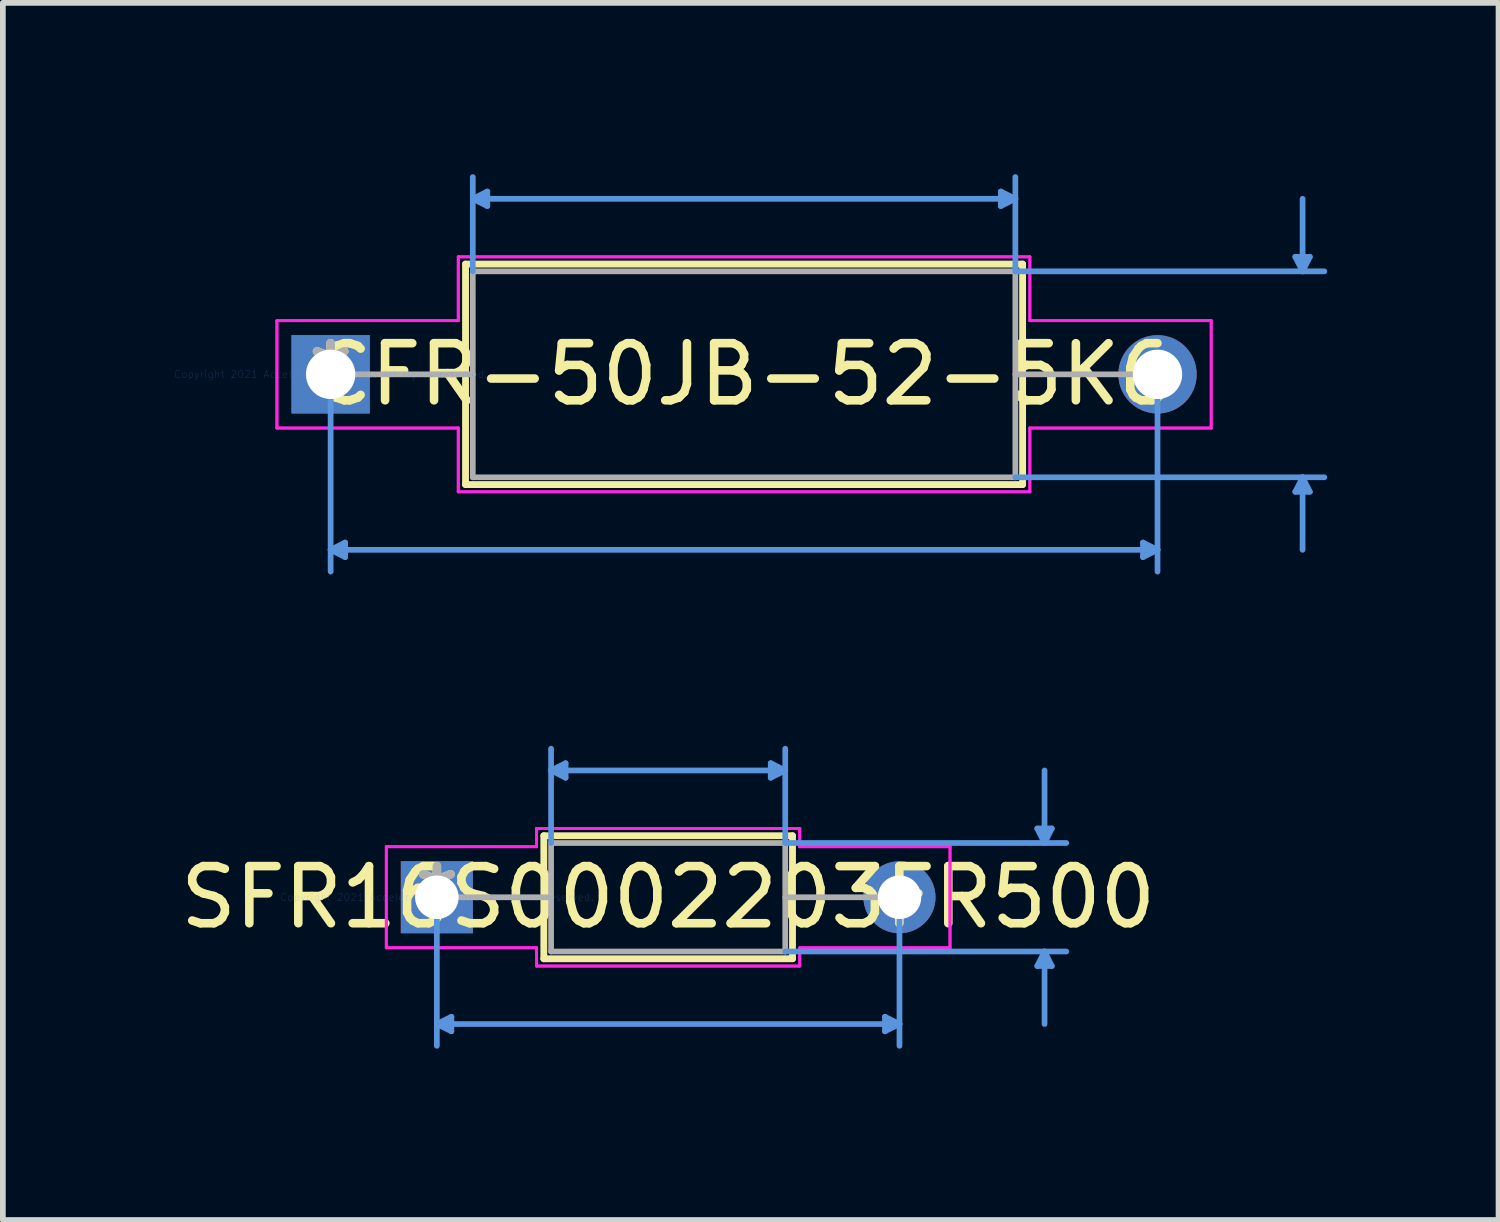
<source format=kicad_pcb>
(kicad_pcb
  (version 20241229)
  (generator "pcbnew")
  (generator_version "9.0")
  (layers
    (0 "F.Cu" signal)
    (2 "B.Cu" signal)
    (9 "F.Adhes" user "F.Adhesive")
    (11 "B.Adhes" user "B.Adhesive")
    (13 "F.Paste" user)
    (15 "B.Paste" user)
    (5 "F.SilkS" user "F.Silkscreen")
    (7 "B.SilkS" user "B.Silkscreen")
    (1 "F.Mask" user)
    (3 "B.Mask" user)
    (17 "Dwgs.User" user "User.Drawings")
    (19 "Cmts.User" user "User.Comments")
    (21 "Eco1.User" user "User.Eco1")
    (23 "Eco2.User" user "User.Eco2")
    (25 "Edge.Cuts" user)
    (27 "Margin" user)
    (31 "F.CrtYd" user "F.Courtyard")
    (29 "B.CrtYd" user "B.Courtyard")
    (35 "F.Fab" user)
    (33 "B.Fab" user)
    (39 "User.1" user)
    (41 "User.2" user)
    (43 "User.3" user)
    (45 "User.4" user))
  (footprint "CFR-50JB-52-5K6"
    (layer "F.Cu")
    (at 2.739 3.504)
    (property "Reference" "CFR-50JB-52-5K6" (at 7.239 0 0) (layer "F.SilkS") (effects (font (size 1 1) (thickness 0.15))))
    (attr through_hole)
    (fp_line (start 2.362 -1.93) (end 2.362 1.93) (stroke (width 0.12) (type solid)) (layer "F.SilkS"))
    (fp_line (start 2.362 1.93) (end 12.116 1.93) (stroke (width 0.12) (type solid)) (layer "F.SilkS"))
    (fp_line (start 12.116 -1.93) (end 2.362 -1.93) (stroke (width 0.12) (type solid)) (layer "F.SilkS"))
    (fp_line (start 12.116 1.93) (end 12.116 -1.93) (stroke (width 0.12) (type solid)) (layer "F.SilkS"))
    (fp_line (start 0 0) (end 0 3.454) (stroke (width 0.1) (type solid)) (layer "Cmts.User"))
    (fp_line (start 0 3.073) (end 0.254 2.946) (stroke (width 0.1) (type solid)) (layer "Cmts.User"))
    (fp_line (start 0 3.073) (end 0.254 3.2) (stroke (width 0.1) (type solid)) (layer "Cmts.User"))
    (fp_line (start 0 3.073) (end 14.478 3.073) (stroke (width 0.1) (type solid)) (layer "Cmts.User"))
    (fp_line (start 0.254 2.946) (end 0.254 3.2) (stroke (width 0.1) (type solid)) (layer "Cmts.User"))
    (fp_line (start 2.489 -3.073) (end 2.743 -3.2) (stroke (width 0.1) (type solid)) (layer "Cmts.User"))
    (fp_line (start 2.489 -3.073) (end 2.743 -2.946) (stroke (width 0.1) (type solid)) (layer "Cmts.User"))
    (fp_line (start 2.489 -3.073) (end 11.989 -3.073) (stroke (width 0.1) (type solid)) (layer "Cmts.User"))
    (fp_line (start 2.489 -1.803) (end 2.489 -3.454) (stroke (width 0.1) (type solid)) (layer "Cmts.User"))
    (fp_line (start 2.743 -3.2) (end 2.743 -2.946) (stroke (width 0.1) (type solid)) (layer "Cmts.User"))
    (fp_line (start 11.735 -3.2) (end 11.735 -2.946) (stroke (width 0.1) (type solid)) (layer "Cmts.User"))
    (fp_line (start 11.989 -3.073) (end 11.735 -3.2) (stroke (width 0.1) (type solid)) (layer "Cmts.User"))
    (fp_line (start 11.989 -3.073) (end 11.735 -2.946) (stroke (width 0.1) (type solid)) (layer "Cmts.User"))
    (fp_line (start 11.989 -1.803) (end 11.989 -3.454) (stroke (width 0.1) (type solid)) (layer "Cmts.User"))
    (fp_line (start 11.989 -1.803) (end 17.399 -1.803) (stroke (width 0.1) (type solid)) (layer "Cmts.User"))
    (fp_line (start 11.989 1.803) (end 17.399 1.803) (stroke (width 0.1) (type solid)) (layer "Cmts.User"))
    (fp_line (start 14.224 2.946) (end 14.224 3.2) (stroke (width 0.1) (type solid)) (layer "Cmts.User"))
    (fp_line (start 14.478 0) (end 14.478 3.454) (stroke (width 0.1) (type solid)) (layer "Cmts.User"))
    (fp_line (start 14.478 3.073) (end 14.224 2.946) (stroke (width 0.1) (type solid)) (layer "Cmts.User"))
    (fp_line (start 14.478 3.073) (end 14.224 3.2) (stroke (width 0.1) (type solid)) (layer "Cmts.User"))
    (fp_line (start 16.891 -2.057) (end 17.145 -2.057) (stroke (width 0.1) (type solid)) (layer "Cmts.User"))
    (fp_line (start 16.891 2.057) (end 17.145 2.057) (stroke (width 0.1) (type solid)) (layer "Cmts.User"))
    (fp_line (start 17.018 -1.803) (end 16.891 -2.057) (stroke (width 0.1) (type solid)) (layer "Cmts.User"))
    (fp_line (start 17.018 -1.803) (end 17.018 -3.073) (stroke (width 0.1) (type solid)) (layer "Cmts.User"))
    (fp_line (start 17.018 -1.803) (end 17.145 -2.057) (stroke (width 0.1) (type solid)) (layer "Cmts.User"))
    (fp_line (start 17.018 1.803) (end 16.891 2.057) (stroke (width 0.1) (type solid)) (layer "Cmts.User"))
    (fp_line (start 17.018 1.803) (end 17.018 3.073) (stroke (width 0.1) (type solid)) (layer "Cmts.User"))
    (fp_line (start 17.018 1.803) (end 17.145 2.057) (stroke (width 0.1) (type solid)) (layer "Cmts.User"))
    (fp_line (start -0.94 -0.94) (end 2.235 -0.94) (stroke (width 0.05) (type solid)) (layer "F.CrtYd"))
    (fp_line (start -0.94 -0.94) (end 2.235 -0.94) (stroke (width 0.05) (type solid)) (layer "F.CrtYd"))
    (fp_line (start -0.94 0.94) (end -0.94 -0.94) (stroke (width 0.05) (type solid)) (layer "F.CrtYd"))
    (fp_line (start -0.94 0.94) (end -0.94 -0.94) (stroke (width 0.05) (type solid)) (layer "F.CrtYd"))
    (fp_line (start 2.235 -2.057) (end 12.243 -2.057) (stroke (width 0.05) (type solid)) (layer "F.CrtYd"))
    (fp_line (start 2.235 -2.057) (end 12.243 -2.057) (stroke (width 0.05) (type solid)) (layer "F.CrtYd"))
    (fp_line (start 2.235 -0.94) (end 2.235 -2.057) (stroke (width 0.05) (type solid)) (layer "F.CrtYd"))
    (fp_line (start 2.235 -0.94) (end 2.235 -2.057) (stroke (width 0.05) (type solid)) (layer "F.CrtYd"))
    (fp_line (start 2.235 0.94) (end -0.94 0.94) (stroke (width 0.05) (type solid)) (layer "F.CrtYd"))
    (fp_line (start 2.235 0.94) (end -0.94 0.94) (stroke (width 0.05) (type solid)) (layer "F.CrtYd"))
    (fp_line (start 2.235 2.057) (end 2.235 0.94) (stroke (width 0.05) (type solid)) (layer "F.CrtYd"))
    (fp_line (start 2.235 2.057) (end 2.235 0.94) (stroke (width 0.05) (type solid)) (layer "F.CrtYd"))
    (fp_line (start 12.243 -2.057) (end 12.243 -0.94) (stroke (width 0.05) (type solid)) (layer "F.CrtYd"))
    (fp_line (start 12.243 -2.057) (end 12.243 -0.94) (stroke (width 0.05) (type solid)) (layer "F.CrtYd"))
    (fp_line (start 12.243 -0.94) (end 15.418 -0.94) (stroke (width 0.05) (type solid)) (layer "F.CrtYd"))
    (fp_line (start 12.243 -0.94) (end 15.418 -0.94) (stroke (width 0.05) (type solid)) (layer "F.CrtYd"))
    (fp_line (start 12.243 0.94) (end 12.243 2.057) (stroke (width 0.05) (type solid)) (layer "F.CrtYd"))
    (fp_line (start 12.243 0.94) (end 12.243 2.057) (stroke (width 0.05) (type solid)) (layer "F.CrtYd"))
    (fp_line (start 12.243 2.057) (end 2.235 2.057) (stroke (width 0.05) (type solid)) (layer "F.CrtYd"))
    (fp_line (start 12.243 2.057) (end 2.235 2.057) (stroke (width 0.05) (type solid)) (layer "F.CrtYd"))
    (fp_line (start 15.418 -0.94) (end 15.418 0.94) (stroke (width 0.05) (type solid)) (layer "F.CrtYd"))
    (fp_line (start 15.418 -0.94) (end 15.418 0.94) (stroke (width 0.05) (type solid)) (layer "F.CrtYd"))
    (fp_line (start 15.418 0.94) (end 12.243 0.94) (stroke (width 0.05) (type solid)) (layer "F.CrtYd"))
    (fp_line (start 15.418 0.94) (end 12.243 0.94) (stroke (width 0.05) (type solid)) (layer "F.CrtYd"))
    (fp_line (start 0 0) (end 2.489 0) (stroke (width 0.1) (type solid)) (layer "F.Fab"))
    (fp_line (start 2.489 -1.803) (end 2.489 1.803) (stroke (width 0.1) (type solid)) (layer "F.Fab"))
    (fp_line (start 2.489 1.803) (end 11.989 1.803) (stroke (width 0.1) (type solid)) (layer "F.Fab"))
    (fp_line (start 11.989 -1.803) (end 2.489 -1.803) (stroke (width 0.1) (type solid)) (layer "F.Fab"))
    (fp_line (start 11.989 1.803) (end 11.989 -1.803) (stroke (width 0.1) (type solid)) (layer "F.Fab"))
    (fp_line (start 14.478 0) (end 11.989 0) (stroke (width 0.1) (type solid)) (layer "F.Fab"))
    (fp_text user "*" (at 0 0 0) (layer "F.SilkS") (effects (font (size 1 1) (thickness 0.15))))
    (fp_text user "Copyright 2021 Accelerated Designs. All rights reserved." (at 0 0 0) (layer "Cmts.User") (effects (font (size 0.127 0.127) (thickness 0.002))))
    (fp_text user "*" (at 0 0 0) (layer "F.Fab") (effects (font (size 1 1) (thickness 0.15))))
    (pad "1" thru_hole rect (at 0 0) (size 1.372 1.372) (drill 0.864) (layers "*.Cu" "*.Mask"))
    (pad "2" thru_hole circle (at 14.478 0) (size 1.372 1.372) (drill 0.864) (layers "*.Cu" "*.Mask")))
  (footprint "SFR16S0002203FR500"
    (layer "F.Cu")
    (at 4.599 12.66)
    (property "Reference" "SFR16S0002203FR500" (at 4.05 0 0) (layer "F.SilkS") (effects (font (size 1 1) (thickness 0.15))))
    (attr through_hole)
    (fp_line (start 1.873 -1.077) (end 1.873 1.077) (stroke (width 0.12) (type solid)) (layer "F.SilkS"))
    (fp_line (start 1.873 1.077) (end 6.227 1.077) (stroke (width 0.12) (type solid)) (layer "F.SilkS"))
    (fp_line (start 6.227 -1.077) (end 1.873 -1.077) (stroke (width 0.12) (type solid)) (layer "F.SilkS"))
    (fp_line (start 6.227 1.077) (end 6.227 -1.077) (stroke (width 0.12) (type solid)) (layer "F.SilkS"))
    (fp_line (start 0 0) (end 0 2.601) (stroke (width 0.1) (type solid)) (layer "Cmts.User"))
    (fp_line (start 0 2.22) (end 0.254 2.093) (stroke (width 0.1) (type solid)) (layer "Cmts.User"))
    (fp_line (start 0 2.22) (end 0.254 2.347) (stroke (width 0.1) (type solid)) (layer "Cmts.User"))
    (fp_line (start 0 2.22) (end 8.1 2.22) (stroke (width 0.1) (type solid)) (layer "Cmts.User"))
    (fp_line (start 0.254 2.093) (end 0.254 2.347) (stroke (width 0.1) (type solid)) (layer "Cmts.User"))
    (fp_line (start 2 -2.22) (end 2.254 -2.347) (stroke (width 0.1) (type solid)) (layer "Cmts.User"))
    (fp_line (start 2 -2.22) (end 2.254 -2.093) (stroke (width 0.1) (type solid)) (layer "Cmts.User"))
    (fp_line (start 2 -2.22) (end 6.1 -2.22) (stroke (width 0.1) (type solid)) (layer "Cmts.User"))
    (fp_line (start 2 -0.95) (end 2 -2.601) (stroke (width 0.1) (type solid)) (layer "Cmts.User"))
    (fp_line (start 2.254 -2.347) (end 2.254 -2.093) (stroke (width 0.1) (type solid)) (layer "Cmts.User"))
    (fp_line (start 5.846 -2.347) (end 5.846 -2.093) (stroke (width 0.1) (type solid)) (layer "Cmts.User"))
    (fp_line (start 6.1 -2.22) (end 5.846 -2.347) (stroke (width 0.1) (type solid)) (layer "Cmts.User"))
    (fp_line (start 6.1 -2.22) (end 5.846 -2.093) (stroke (width 0.1) (type solid)) (layer "Cmts.User"))
    (fp_line (start 6.1 -0.95) (end 6.1 -2.601) (stroke (width 0.1) (type solid)) (layer "Cmts.User"))
    (fp_line (start 6.1 -0.95) (end 11.021 -0.95) (stroke (width 0.1) (type solid)) (layer "Cmts.User"))
    (fp_line (start 6.1 0.95) (end 11.021 0.95) (stroke (width 0.1) (type solid)) (layer "Cmts.User"))
    (fp_line (start 7.846 2.093) (end 7.846 2.347) (stroke (width 0.1) (type solid)) (layer "Cmts.User"))
    (fp_line (start 8.1 0) (end 8.1 2.601) (stroke (width 0.1) (type solid)) (layer "Cmts.User"))
    (fp_line (start 8.1 2.22) (end 7.846 2.093) (stroke (width 0.1) (type solid)) (layer "Cmts.User"))
    (fp_line (start 8.1 2.22) (end 7.846 2.347) (stroke (width 0.1) (type solid)) (layer "Cmts.User"))
    (fp_line (start 10.513 -1.204) (end 10.767 -1.204) (stroke (width 0.1) (type solid)) (layer "Cmts.User"))
    (fp_line (start 10.513 1.204) (end 10.767 1.204) (stroke (width 0.1) (type solid)) (layer "Cmts.User"))
    (fp_line (start 10.64 -0.95) (end 10.513 -1.204) (stroke (width 0.1) (type solid)) (layer "Cmts.User"))
    (fp_line (start 10.64 -0.95) (end 10.64 -2.22) (stroke (width 0.1) (type solid)) (layer "Cmts.User"))
    (fp_line (start 10.64 -0.95) (end 10.767 -1.204) (stroke (width 0.1) (type solid)) (layer "Cmts.User"))
    (fp_line (start 10.64 0.95) (end 10.513 1.204) (stroke (width 0.1) (type solid)) (layer "Cmts.User"))
    (fp_line (start 10.64 0.95) (end 10.64 2.22) (stroke (width 0.1) (type solid)) (layer "Cmts.User"))
    (fp_line (start 10.64 0.95) (end 10.767 1.204) (stroke (width 0.1) (type solid)) (layer "Cmts.User"))
    (fp_line (start -0.885 -0.885) (end 1.746 -0.885) (stroke (width 0.05) (type solid)) (layer "F.CrtYd"))
    (fp_line (start -0.885 -0.885) (end 1.746 -0.885) (stroke (width 0.05) (type solid)) (layer "F.CrtYd"))
    (fp_line (start -0.885 0.885) (end -0.885 -0.885) (stroke (width 0.05) (type solid)) (layer "F.CrtYd"))
    (fp_line (start -0.885 0.885) (end -0.885 -0.885) (stroke (width 0.05) (type solid)) (layer "F.CrtYd"))
    (fp_line (start 1.746 -1.204) (end 6.354 -1.204) (stroke (width 0.05) (type solid)) (layer "F.CrtYd"))
    (fp_line (start 1.746 -1.204) (end 6.354 -1.204) (stroke (width 0.05) (type solid)) (layer "F.CrtYd"))
    (fp_line (start 1.746 -0.885) (end 1.746 -1.204) (stroke (width 0.05) (type solid)) (layer "F.CrtYd"))
    (fp_line (start 1.746 -0.885) (end 1.746 -1.204) (stroke (width 0.05) (type solid)) (layer "F.CrtYd"))
    (fp_line (start 1.746 0.885) (end -0.885 0.885) (stroke (width 0.05) (type solid)) (layer "F.CrtYd"))
    (fp_line (start 1.746 0.885) (end -0.885 0.885) (stroke (width 0.05) (type solid)) (layer "F.CrtYd"))
    (fp_line (start 1.746 1.204) (end 1.746 0.885) (stroke (width 0.05) (type solid)) (layer "F.CrtYd"))
    (fp_line (start 1.746 1.204) (end 1.746 0.885) (stroke (width 0.05) (type solid)) (layer "F.CrtYd"))
    (fp_line (start 6.354 -1.204) (end 6.354 -0.885) (stroke (width 0.05) (type solid)) (layer "F.CrtYd"))
    (fp_line (start 6.354 -1.204) (end 6.354 -0.885) (stroke (width 0.05) (type solid)) (layer "F.CrtYd"))
    (fp_line (start 6.354 -0.885) (end 8.985 -0.885) (stroke (width 0.05) (type solid)) (layer "F.CrtYd"))
    (fp_line (start 6.354 -0.885) (end 8.985 -0.885) (stroke (width 0.05) (type solid)) (layer "F.CrtYd"))
    (fp_line (start 6.354 0.885) (end 6.354 1.204) (stroke (width 0.05) (type solid)) (layer "F.CrtYd"))
    (fp_line (start 6.354 0.885) (end 6.354 1.204) (stroke (width 0.05) (type solid)) (layer "F.CrtYd"))
    (fp_line (start 6.354 1.204) (end 1.746 1.204) (stroke (width 0.05) (type solid)) (layer "F.CrtYd"))
    (fp_line (start 6.354 1.204) (end 1.746 1.204) (stroke (width 0.05) (type solid)) (layer "F.CrtYd"))
    (fp_line (start 8.985 -0.885) (end 8.985 0.885) (stroke (width 0.05) (type solid)) (layer "F.CrtYd"))
    (fp_line (start 8.985 -0.885) (end 8.985 0.885) (stroke (width 0.05) (type solid)) (layer "F.CrtYd"))
    (fp_line (start 8.985 0.885) (end 6.354 0.885) (stroke (width 0.05) (type solid)) (layer "F.CrtYd"))
    (fp_line (start 8.985 0.885) (end 6.354 0.885) (stroke (width 0.05) (type solid)) (layer "F.CrtYd"))
    (fp_line (start 0 0) (end 2 0) (stroke (width 0.1) (type solid)) (layer "F.Fab"))
    (fp_line (start 2 -0.95) (end 2 0.95) (stroke (width 0.1) (type solid)) (layer "F.Fab"))
    (fp_line (start 2 0.95) (end 6.1 0.95) (stroke (width 0.1) (type solid)) (layer "F.Fab"))
    (fp_line (start 6.1 -0.95) (end 2 -0.95) (stroke (width 0.1) (type solid)) (layer "F.Fab"))
    (fp_line (start 6.1 0.95) (end 6.1 -0.95) (stroke (width 0.1) (type solid)) (layer "F.Fab"))
    (fp_line (start 8.1 0) (end 6.1 0) (stroke (width 0.1) (type solid)) (layer "F.Fab"))
    (fp_text user "*" (at 0 0 0) (layer "F.SilkS") (effects (font (size 1 1) (thickness 0.15))))
    (fp_text user "Copyright 2021 Accelerated Designs. All rights reserved." (at 0 0 0) (layer "Cmts.User") (effects (font (size 0.127 0.127) (thickness 0.002))))
    (fp_text user "*" (at 0 0 0) (layer "F.Fab") (effects (font (size 1 1) (thickness 0.15))))
    (pad "1" thru_hole rect (at 0 0) (size 1.262 1.262) (drill 0.762) (layers "*.Cu" "*.Mask"))
    (pad "2" thru_hole circle (at 8.1 0) (size 1.262 1.262) (drill 0.762) (layers "*.Cu" "*.Mask")))
  (gr_rect
    (start -3 -3)
    (end 23.188 18.311)
    (stroke (width 0.1) (type default))
    (fill no)
    (layer "Edge.Cuts")))
</source>
